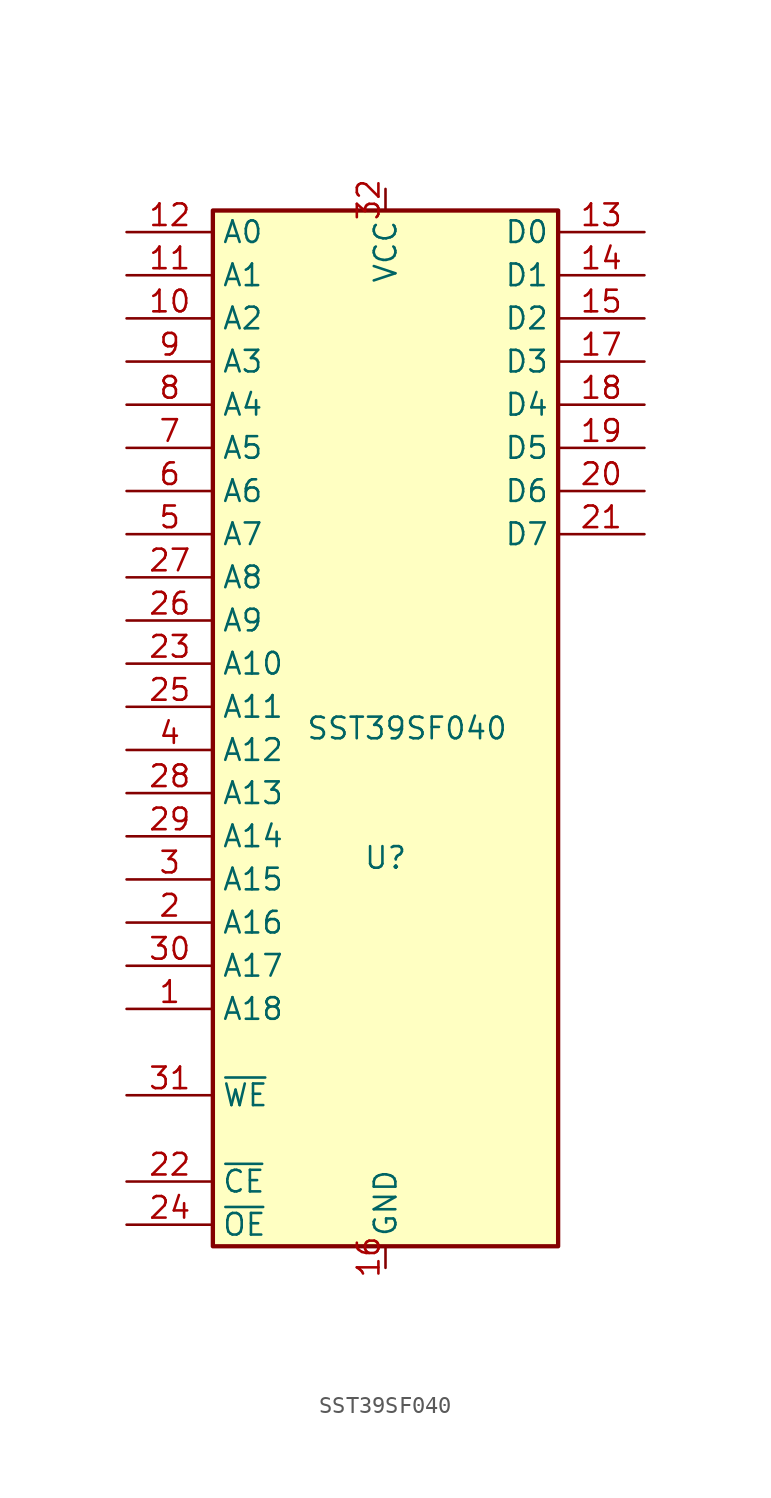
<source format=kicad_sym>
(kicad_symbol_lib
  (version 20211014)
  (generator kicad_symbol_editor)
  (symbol "SST39SF040"
    (property "Reference" "U"
      (at 0 -6.35 0)
      (effects (font (size 1.27 1.27))))
    (property "Value" "SST39SF040"
      (at 1.27 1.27 0)
      (effects (font (size 1.27 1.27))))
    (symbol "SST39SF040_0_0"
      (pin power_in line (at 0 -30.48 90) (length 1.27) (name "GND" (effects (font (size 1.27 1.27)))) (number "16" (effects (font (size 1.27 1.27)))))
      (pin power_in line (at 0 33.02 270) (length 1.27) (name "VCC" (effects (font (size 1.27 1.27)))) (number "32" (effects (font (size 1.27 1.27))))))
    (symbol "SST39SF040_0_1"
      (rectangle (start -10.16 31.75) (end 10.16 -29.21) (stroke (width 0.254) (type default) (color 0 0 0 0)) (fill (type background))))
    (symbol "SST39SF040_1_1"
      (pin input line (at -15.24 -15.24 0) (length 5.08) (name "A18" (effects (font (size 1.27 1.27)))) (number "1" (effects (font (size 1.27 1.27)))))
      (pin input line (at -15.24 25.4 0) (length 5.08) (name "A2" (effects (font (size 1.27 1.27)))) (number "10" (effects (font (size 1.27 1.27)))))
      (pin input line (at -15.24 27.94 0) (length 5.08) (name "A1" (effects (font (size 1.27 1.27)))) (number "11" (effects (font (size 1.27 1.27)))))
      (pin input line (at -15.24 30.48 0) (length 5.08) (name "A0" (effects (font (size 1.27 1.27)))) (number "12" (effects (font (size 1.27 1.27)))))
      (pin tri_state line (at 15.24 30.48 180) (length 5.08) (name "D0" (effects (font (size 1.27 1.27)))) (number "13" (effects (font (size 1.27 1.27)))))
      (pin tri_state line (at 15.24 27.94 180) (length 5.08) (name "D1" (effects (font (size 1.27 1.27)))) (number "14" (effects (font (size 1.27 1.27)))))
      (pin tri_state line (at 15.24 25.4 180) (length 5.08) (name "D2" (effects (font (size 1.27 1.27)))) (number "15" (effects (font (size 1.27 1.27)))))
      (pin tri_state line (at 15.24 22.86 180) (length 5.08) (name "D3" (effects (font (size 1.27 1.27)))) (number "17" (effects (font (size 1.27 1.27)))))
      (pin tri_state line (at 15.24 20.32 180) (length 5.08) (name "D4" (effects (font (size 1.27 1.27)))) (number "18" (effects (font (size 1.27 1.27)))))
      (pin tri_state line (at 15.24 17.78 180) (length 5.08) (name "D5" (effects (font (size 1.27 1.27)))) (number "19" (effects (font (size 1.27 1.27)))))
      (pin input line (at -15.24 -10.16 0) (length 5.08) (name "A16" (effects (font (size 1.27 1.27)))) (number "2" (effects (font (size 1.27 1.27)))))
      (pin tri_state line (at 15.24 15.24 180) (length 5.08) (name "D6" (effects (font (size 1.27 1.27)))) (number "20" (effects (font (size 1.27 1.27)))))
      (pin tri_state line (at 15.24 12.7 180) (length 5.08) (name "D7" (effects (font (size 1.27 1.27)))) (number "21" (effects (font (size 1.27 1.27)))))
      (pin input line (at -15.24 -25.4 0) (length 5.08) (name "~{CE}" (effects (font (size 1.27 1.27)))) (number "22" (effects (font (size 1.27 1.27)))))
      (pin input line (at -15.24 5.08 0) (length 5.08) (name "A10" (effects (font (size 1.27 1.27)))) (number "23" (effects (font (size 1.27 1.27)))))
      (pin input line (at -15.24 -27.94 0) (length 5.08) (name "~{OE}" (effects (font (size 1.27 1.27)))) (number "24" (effects (font (size 1.27 1.27)))))
      (pin input line (at -15.24 2.54 0) (length 5.08) (name "A11" (effects (font (size 1.27 1.27)))) (number "25" (effects (font (size 1.27 1.27)))))
      (pin input line (at -15.24 7.62 0) (length 5.08) (name "A9" (effects (font (size 1.27 1.27)))) (number "26" (effects (font (size 1.27 1.27)))))
      (pin input line (at -15.24 10.16 0) (length 5.08) (name "A8" (effects (font (size 1.27 1.27)))) (number "27" (effects (font (size 1.27 1.27)))))
      (pin input line (at -15.24 -2.54 0) (length 5.08) (name "A13" (effects (font (size 1.27 1.27)))) (number "28" (effects (font (size 1.27 1.27)))))
      (pin input line (at -15.24 -5.08 0) (length 5.08) (name "A14" (effects (font (size 1.27 1.27)))) (number "29" (effects (font (size 1.27 1.27)))))
      (pin input line (at -15.24 -7.62 0) (length 5.08) (name "A15" (effects (font (size 1.27 1.27)))) (number "3" (effects (font (size 1.27 1.27)))))
      (pin input line (at -15.24 -12.7 0) (length 5.08) (name "A17" (effects (font (size 1.27 1.27)))) (number "30" (effects (font (size 1.27 1.27)))))
      (pin input line (at -15.24 -20.32 0) (length 5.08) (name "~{WE}" (effects (font (size 1.27 1.27)))) (number "31" (effects (font (size 1.27 1.27)))))
      (pin input line (at -15.24 0 0) (length 5.08) (name "A12" (effects (font (size 1.27 1.27)))) (number "4" (effects (font (size 1.27 1.27)))))
      (pin input line (at -15.24 12.7 0) (length 5.08) (name "A7" (effects (font (size 1.27 1.27)))) (number "5" (effects (font (size 1.27 1.27)))))
      (pin input line (at -15.24 15.24 0) (length 5.08) (name "A6" (effects (font (size 1.27 1.27)))) (number "6" (effects (font (size 1.27 1.27)))))
      (pin input line (at -15.24 17.78 0) (length 5.08) (name "A5" (effects (font (size 1.27 1.27)))) (number "7" (effects (font (size 1.27 1.27)))))
      (pin input line (at -15.24 20.32 0) (length 5.08) (name "A4" (effects (font (size 1.27 1.27)))) (number "8" (effects (font (size 1.27 1.27)))))
      (pin input line (at -15.24 22.86 0) (length 5.08) (name "A3" (effects (font (size 1.27 1.27)))) (number "9" (effects (font (size 1.27 1.27))))))))
</source>
